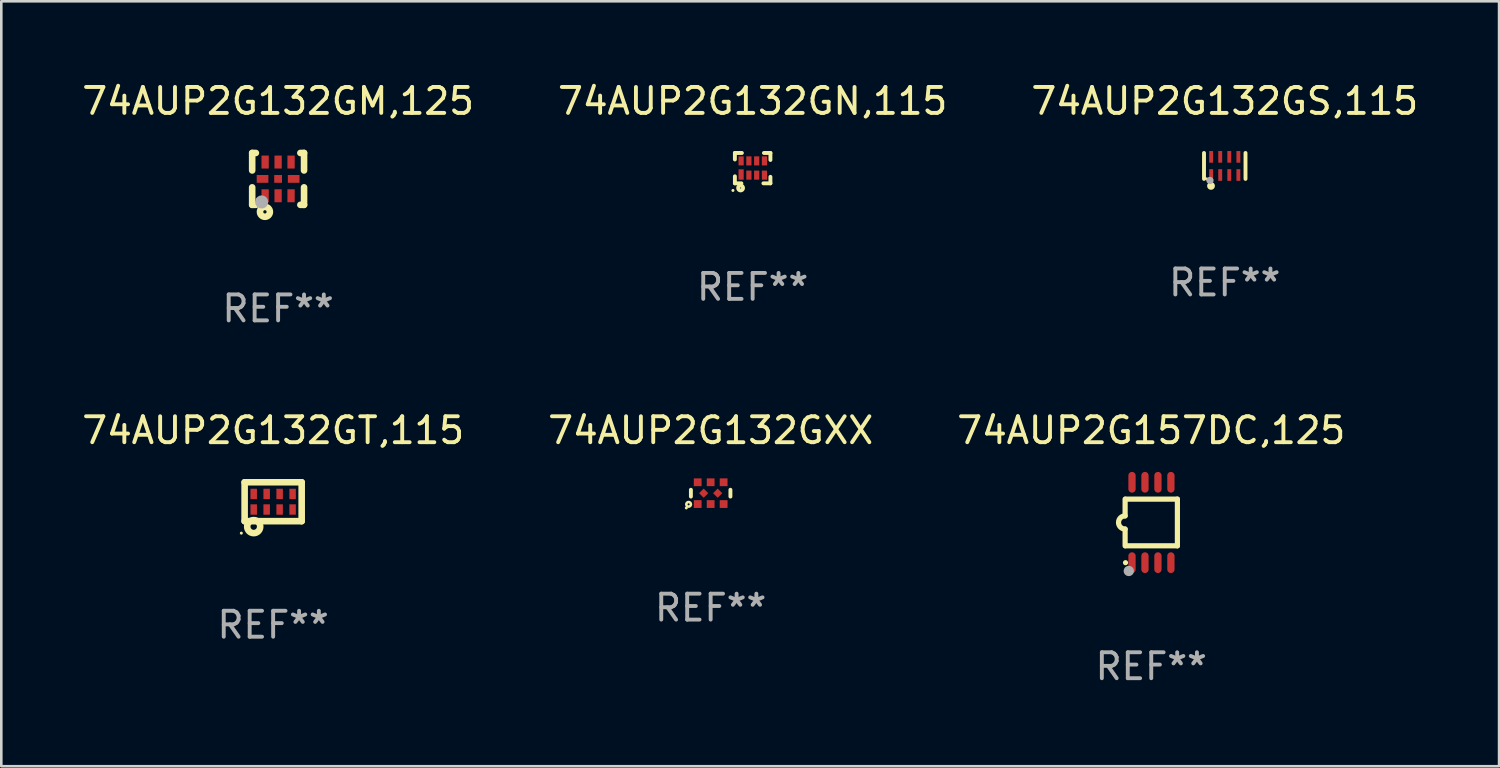
<source format=kicad_pcb>
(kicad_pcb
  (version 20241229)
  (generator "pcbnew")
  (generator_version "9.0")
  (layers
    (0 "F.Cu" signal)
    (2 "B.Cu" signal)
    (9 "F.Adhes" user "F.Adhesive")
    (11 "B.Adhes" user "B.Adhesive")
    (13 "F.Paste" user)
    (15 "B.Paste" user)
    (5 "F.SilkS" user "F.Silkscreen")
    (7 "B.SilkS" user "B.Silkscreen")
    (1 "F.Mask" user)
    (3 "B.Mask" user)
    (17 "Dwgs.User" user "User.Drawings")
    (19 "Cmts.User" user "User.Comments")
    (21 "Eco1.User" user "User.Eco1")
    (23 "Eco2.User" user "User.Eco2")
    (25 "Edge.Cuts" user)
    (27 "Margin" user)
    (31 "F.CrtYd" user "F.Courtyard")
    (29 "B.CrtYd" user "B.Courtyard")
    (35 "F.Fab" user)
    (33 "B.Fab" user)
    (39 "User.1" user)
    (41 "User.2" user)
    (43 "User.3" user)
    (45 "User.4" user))
  (footprint "74AUP2G132GT,115"
    (layer "F.Cu")
    (at 7.482 16.295)
    (property "Reference" "74AUP2G132GT,115" (at 0 -2.75 0) (layer "F.SilkS") (effects (font (size 1 1) (thickness 0.15))))
    (attr through_hole)
    (fp_line (start -1.1 -0.75) (end -1.1 0.75) (stroke (width 0.254) (type solid)) (layer "F.SilkS"))
    (fp_line (start -1.1 -0.75) (end 1.1 -0.75) (stroke (width 0.254) (type solid)) (layer "F.SilkS"))
    (fp_line (start -1.1 0.75) (end 1.1 0.75) (stroke (width 0.254) (type solid)) (layer "F.SilkS"))
    (fp_line (start 1.1 -0.75) (end 1.1 0.75) (stroke (width 0.254) (type solid)) (layer "F.SilkS"))
    (fp_circle (center -1.227 1.211) (end -1.197 1.211) (stroke (width 0.06) (type solid)) (fill no) (layer "F.SilkS"))
    (fp_circle (center -0.75 0.96) (end -0.626 0.96) (stroke (width 0.254) (type solid)) (fill no) (layer "F.SilkS"))
    (fp_text user "REF**" (at 0 4.75 0) (layer "F.Fab") (effects (font (size 1 1) (thickness 0.15))))
    (pad "1" smd rect (at -0.75 0.3) (size 0.25 0.4) (layers "F.Cu" "F.Mask" "F.Paste"))
    (pad "2" smd rect (at -0.25 0.3) (size 0.25 0.4) (layers "F.Cu" "F.Mask" "F.Paste"))
    (pad "3" smd rect (at 0.25 0.3) (size 0.25 0.4) (layers "F.Cu" "F.Mask" "F.Paste"))
    (pad "4" smd rect (at 0.75 0.3) (size 0.25 0.4) (layers "F.Cu" "F.Mask" "F.Paste"))
    (pad "5" smd rect (at 0.75 -0.3) (size 0.25 0.4) (layers "F.Cu" "F.Mask" "F.Paste"))
    (pad "6" smd rect (at 0.25 -0.3) (size 0.25 0.4) (layers "F.Cu" "F.Mask" "F.Paste"))
    (pad "7" smd rect (at -0.25 -0.3) (size 0.25 0.4) (layers "F.Cu" "F.Mask" "F.Paste"))
    (pad "8" smd rect (at -0.75 -0.3) (size 0.25 0.4) (layers "F.Cu" "F.Mask" "F.Paste")))
  (footprint "74AUP2G132GN,115"
    (layer "F.Cu")
    (at 25.97 3.433)
    (property "Reference" "74AUP2G132GN,115" (at 0 -2.585 0) (layer "F.SilkS") (effects (font (size 1 1) (thickness 0.15))))
    (attr through_hole)
    (fp_line (start -0.685 -0.585) (end -0.415 -0.585) (stroke (width 0.15) (type solid)) (layer "F.SilkS"))
    (fp_line (start -0.685 -0.335) (end -0.685 -0.585) (stroke (width 0.15) (type solid)) (layer "F.SilkS"))
    (fp_line (start -0.685 0.585) (end -0.685 0.315) (stroke (width 0.15) (type solid)) (layer "F.SilkS"))
    (fp_line (start -0.435 0.585) (end -0.685 0.585) (stroke (width 0.15) (type solid)) (layer "F.SilkS"))
    (fp_line (start 0.435 -0.585) (end 0.685 -0.585) (stroke (width 0.15) (type solid)) (layer "F.SilkS"))
    (fp_line (start 0.685 -0.585) (end 0.685 -0.315) (stroke (width 0.15) (type solid)) (layer "F.SilkS"))
    (fp_line (start 0.685 0.335) (end 0.685 0.585) (stroke (width 0.15) (type solid)) (layer "F.SilkS"))
    (fp_line (start 0.685 0.585) (end 0.415 0.585) (stroke (width 0.15) (type solid)) (layer "F.SilkS"))
    (fp_circle (center -0.76 0.86) (end -0.73 0.86) (stroke (width 0.06) (type solid)) (fill no) (layer "F.SilkS"))
    (fp_circle (center -0.465 0.765) (end -0.445 0.765) (stroke (width 0.15) (type solid)) (fill no) (layer "F.SilkS"))
    (fp_text user "REF**" (at 0 4.585 0) (layer "F.Fab") (effects (font (size 1 1) (thickness 0.15))))
    (pad "1" smd rect (at -0.445 0.245) (size 0.2 0.4) (layers "F.Cu" "F.Mask" "F.Paste"))
    (pad "2" smd rect (at -0.145 0.27) (size 0.2 0.35) (layers "F.Cu" "F.Mask" "F.Paste"))
    (pad "3" smd rect (at 0.155 0.27) (size 0.2 0.35) (layers "F.Cu" "F.Mask" "F.Paste"))
    (pad "4" smd rect (at 0.455 0.27) (size 0.2 0.35) (layers "F.Cu" "F.Mask" "F.Paste"))
    (pad "5" smd rect (at 0.455 -0.28) (size 0.2 0.35) (layers "F.Cu" "F.Mask" "F.Paste"))
    (pad "6" smd rect (at 0.155 -0.28) (size 0.2 0.35) (layers "F.Cu" "F.Mask" "F.Paste"))
    (pad "7" smd rect (at -0.145 -0.28) (size 0.2 0.35) (layers "F.Cu" "F.Mask" "F.Paste"))
    (pad "8" smd rect (at -0.445 -0.28) (size 0.2 0.35) (layers "F.Cu" "F.Mask" "F.Paste")))
  (footprint "74AUP2G132GM,125"
    (layer "F.Cu")
    (at 7.673 3.848)
    (property "Reference" "74AUP2G132GM,125" (at 0 -3 0) (layer "F.SilkS") (effects (font (size 1 1) (thickness 0.15))))
    (attr through_hole)
    (fp_line (start -1 -1) (end -0.858 -1) (stroke (width 0.254) (type solid)) (layer "F.SilkS"))
    (fp_line (start -1 -0.325) (end -1 -1) (stroke (width 0.254) (type solid)) (layer "F.SilkS"))
    (fp_line (start -1 1) (end -1 0.325) (stroke (width 0.254) (type solid)) (layer "F.SilkS"))
    (fp_line (start -0.858 1) (end -1 1) (stroke (width 0.254) (type solid)) (layer "F.SilkS"))
    (fp_line (start 0.858 -1) (end 1 -1) (stroke (width 0.254) (type solid)) (layer "F.SilkS"))
    (fp_line (start 1 -1) (end 1 -0.325) (stroke (width 0.254) (type solid)) (layer "F.SilkS"))
    (fp_line (start 1 0.325) (end 1 1) (stroke (width 0.254) (type solid)) (layer "F.SilkS"))
    (fp_line (start 1 1) (end 0.858 1) (stroke (width 0.254) (type solid)) (layer "F.SilkS"))
    (fp_circle (center -0.8 0.8) (end -0.77 0.8) (stroke (width 0.06) (type solid)) (fill no) (layer "F.SilkS"))
    (fp_circle (center -0.508 1.27) (end -0.444 1.27) (stroke (width 0.254) (type solid)) (fill no) (layer "F.SilkS"))
    (fp_circle (center -0.635 0.889) (end -0.508 0.889) (stroke (width 0.254) (type solid)) (fill no) (layer "F.Fab"))
    (fp_text user "REF**" (at 0 5 0) (layer "F.Fab") (effects (font (size 1 1) (thickness 0.15))))
    (pad "1" smd rect (at -0.5 0.65 90) (size 0.5 0.28) (layers "F.Cu" "F.Mask" "F.Paste"))
    (pad "2" smd rect (at 0.000013 0.65 90) (size 0.5 0.28) (layers "F.Cu" "F.Mask" "F.Paste"))
    (pad "3" smd rect (at 0.5 0.65 90) (size 0.5 0.28) (layers "F.Cu" "F.Mask" "F.Paste"))
    (pad "4" smd rect (at 0.6 0.000076 180) (size 0.45 0.3) (layers "F.Cu" "F.Mask" "F.Paste"))
    (pad "5" smd rect (at 0.5 -0.65 90) (size 0.5 0.28) (layers "F.Cu" "F.Mask" "F.Paste"))
    (pad "6" smd rect (at 0.000013 -0.65 90) (size 0.5 0.28) (layers "F.Cu" "F.Mask" "F.Paste"))
    (pad "7" smd rect (at -0.5 -0.65 90) (size 0.5 0.28) (layers "F.Cu" "F.Mask" "F.Paste"))
    (pad "8" smd rect (at -0.6 0.000076 180) (size 0.45 0.3) (layers "F.Cu" "F.Mask" "F.Paste"))
    (pad "9" smd rect (at 0.000013 0.000076 180) (size 0.3 0.3) (layers "F.Cu" "F.Mask" "F.Paste")))
  (footprint "74AUP2G132GS,115"
    (layer "F.Cu")
    (at 44.173 3.348)
    (property "Reference" "74AUP2G132GS,115" (at 0 -2.5 0) (layer "F.SilkS") (effects (font (size 1 1) (thickness 0.15))))
    (attr through_hole)
    (fp_line (start -0.8 -0.5) (end -0.8 0.5) (stroke (width 0.15) (type solid)) (layer "F.SilkS"))
    (fp_line (start 0.8 -0.5) (end 0.8 0.5) (stroke (width 0.15) (type solid)) (layer "F.SilkS"))
    (fp_circle (center -0.7 0.5) (end -0.67 0.5) (stroke (width 0.06) (type solid)) (fill no) (layer "F.SilkS"))
    (fp_circle (center -0.53 0.77) (end -0.454 0.77) (stroke (width 0.15) (type solid)) (fill no) (layer "F.SilkS"))
    (fp_circle (center -0.57 0.56) (end -0.5 0.56) (stroke (width 0.14) (type solid)) (fill no) (layer "F.Fab"))
    (fp_text user "REF**" (at 0 4.5 0) (layer "F.Fab") (effects (font (size 1 1) (thickness 0.15))))
    (pad "1" smd rect (at -0.525 0.35) (size 0.15 0.45) (layers "F.Cu" "F.Mask" "F.Paste"))
    (pad "2" smd rect (at -0.175 0.35) (size 0.15 0.45) (layers "F.Cu" "F.Mask" "F.Paste"))
    (pad "3" smd rect (at 0.175 0.35) (size 0.15 0.45) (layers "F.Cu" "F.Mask" "F.Paste"))
    (pad "4" smd rect (at 0.525 0.35) (size 0.15 0.45) (layers "F.Cu" "F.Mask" "F.Paste"))
    (pad "5" smd rect (at 0.525 -0.35) (size 0.15 0.45) (layers "F.Cu" "F.Mask" "F.Paste"))
    (pad "6" smd rect (at 0.175 -0.35) (size 0.15 0.45) (layers "F.Cu" "F.Mask" "F.Paste"))
    (pad "7" smd rect (at -0.175 -0.35) (size 0.15 0.45) (layers "F.Cu" "F.Mask" "F.Paste"))
    (pad "8" smd rect (at -0.525 -0.35) (size 0.15 0.45) (layers "F.Cu" "F.Mask" "F.Paste")))
  (footprint "74AUP2G157DC,125"
    (layer "F.Cu")
    (at 41.339 17.095)
    (property "Reference" "74AUP2G157DC,125" (at 0 -3.55 0) (layer "F.SilkS") (effects (font (size 1 1) (thickness 0.15))))
    (attr through_hole)
    (fp_line (start -1.008 -0.254) (end -1.008 -0.9) (stroke (width 0.2) (type solid)) (layer "F.SilkS"))
    (fp_line (start -1.008 0.254) (end -1.008 0.9) (stroke (width 0.2) (type solid)) (layer "F.SilkS"))
    (fp_line (start -0.992 0.9) (end 1.008 0.9) (stroke (width 0.2) (type solid)) (layer "F.SilkS"))
    (fp_line (start 1.008 -0.9) (end -0.992 -0.9) (stroke (width 0.2) (type solid)) (layer "F.SilkS"))
    (fp_line (start 1.008 0.9) (end 1.008 -0.9) (stroke (width 0.2) (type solid)) (layer "F.SilkS"))
    (fp_arc (start -1.008001 0.254001) (mid -1.262002 0) (end -1.008001 -0.254001) (stroke (width 0.2) (type solid)) (layer "F.SilkS"))
    (fp_circle (center -0.992 1.55) (end -0.942 1.55) (stroke (width 0.1) (type solid)) (fill no) (layer "F.SilkS"))
    (fp_circle (center -0.866 1.87) (end -0.766 1.87) (stroke (width 0.2) (type solid)) (fill no) (layer "F.Fab"))
    (fp_text user "REF**" (at 0 5.55 0) (layer "F.Fab") (effects (font (size 1 1) (thickness 0.15))))
    (pad "1" smd oval (at -0.742 1.55 270) (size 0.8 0.28) (layers "F.Cu" "F.Mask" "F.Paste"))
    (pad "2" smd oval (at -0.242 1.55 270) (size 0.8 0.28) (layers "F.Cu" "F.Mask" "F.Paste"))
    (pad "3" smd oval (at 0.258 1.55 270) (size 0.8 0.28) (layers "F.Cu" "F.Mask" "F.Paste"))
    (pad "4" smd oval (at 0.758 1.55 270) (size 0.8 0.28) (layers "F.Cu" "F.Mask" "F.Paste"))
    (pad "5" smd oval (at 0.758 -1.55 270) (size 0.8 0.28) (layers "F.Cu" "F.Mask" "F.Paste"))
    (pad "6" smd oval (at 0.258 -1.55 270) (size 0.8 0.28) (layers "F.Cu" "F.Mask" "F.Paste"))
    (pad "7" smd oval (at -0.242 -1.55 270) (size 0.8 0.28) (layers "F.Cu" "F.Mask" "F.Paste"))
    (pad "8" smd oval (at -0.742 -1.55 270) (size 0.8 0.28) (layers "F.Cu" "F.Mask" "F.Paste")))
  (footprint "74AUP2G132GXX"
    (layer "F.Cu")
    (at 24.351 15.965)
    (property "Reference" "74AUP2G132GXX" (at 0 -2.42 0) (layer "F.SilkS") (effects (font (size 1 1) (thickness 0.15))))
    (attr through_hole)
    (fp_line (start -0.762 -0.131) (end -0.762 0.131) (stroke (width 0.15) (type solid)) (layer "F.SilkS"))
    (fp_line (start 0.762 -0.131) (end 0.762 0.131) (stroke (width 0.15) (type solid)) (layer "F.SilkS"))
    (fp_circle (center -0.939 0.57) (end -0.909 0.57) (stroke (width 0.06) (type solid)) (fill no) (layer "F.SilkS"))
    (fp_circle (center -0.85 0.43) (end -0.811 0.43) (stroke (width 0.1) (type solid)) (fill no) (layer "F.SilkS"))
    (fp_text user "REF**" (at 0 4.42 0) (layer "F.Fab") (effects (font (size 1 1) (thickness 0.15))))
    (pad "1" smd rect (at -0.5 0.42) (size 0.3 0.3) (layers "F.Cu" "F.Mask" "F.Paste"))
    (pad "2" smd rect (at 0.000127 0.42) (size 0.3 0.3) (layers "F.Cu" "F.Mask" "F.Paste"))
    (pad "3" smd rect (at 0.5 0.42) (size 0.3 0.3) (layers "F.Cu" "F.Mask" "F.Paste"))
    (pad "4" smd rect (at 0.27 0 45) (size 0.25 0.25) (layers "F.Cu" "F.Mask" "F.Paste"))
    (pad "5" smd rect (at 0.5 -0.42) (size 0.3 0.3) (layers "F.Cu" "F.Mask" "F.Paste"))
    (pad "6" smd rect (at 0.000127 -0.42) (size 0.3 0.3) (layers "F.Cu" "F.Mask" "F.Paste"))
    (pad "7" smd rect (at -0.5 -0.42) (size 0.3 0.3) (layers "F.Cu" "F.Mask" "F.Paste"))
    (pad "8" smd rect (at -0.27 0 45) (size 0.25 0.25) (layers "F.Cu" "F.Mask" "F.Paste")))
  (gr_rect
    (start -3 -3)
    (end 54.75 26.493)
    (stroke (width 0.1) (type default))
    (fill no)
    (layer "Edge.Cuts")))
</source>
